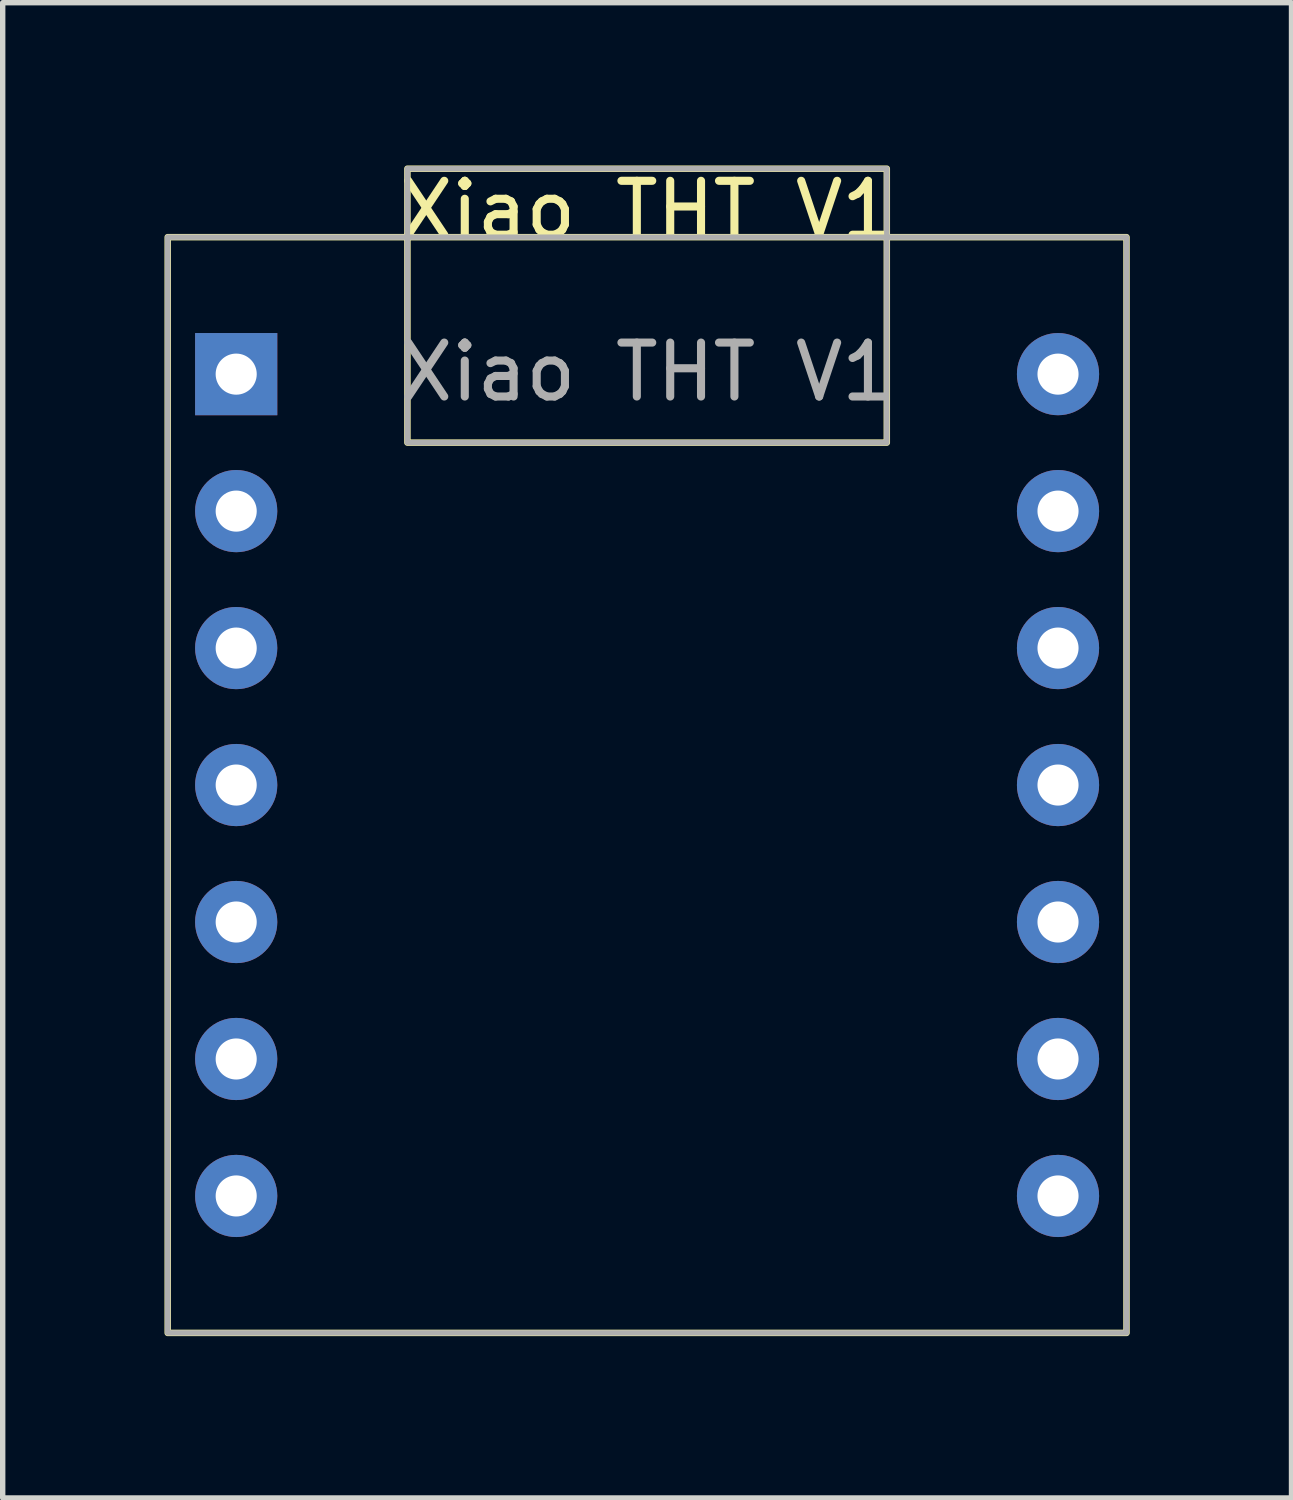
<source format=kicad_pcb>
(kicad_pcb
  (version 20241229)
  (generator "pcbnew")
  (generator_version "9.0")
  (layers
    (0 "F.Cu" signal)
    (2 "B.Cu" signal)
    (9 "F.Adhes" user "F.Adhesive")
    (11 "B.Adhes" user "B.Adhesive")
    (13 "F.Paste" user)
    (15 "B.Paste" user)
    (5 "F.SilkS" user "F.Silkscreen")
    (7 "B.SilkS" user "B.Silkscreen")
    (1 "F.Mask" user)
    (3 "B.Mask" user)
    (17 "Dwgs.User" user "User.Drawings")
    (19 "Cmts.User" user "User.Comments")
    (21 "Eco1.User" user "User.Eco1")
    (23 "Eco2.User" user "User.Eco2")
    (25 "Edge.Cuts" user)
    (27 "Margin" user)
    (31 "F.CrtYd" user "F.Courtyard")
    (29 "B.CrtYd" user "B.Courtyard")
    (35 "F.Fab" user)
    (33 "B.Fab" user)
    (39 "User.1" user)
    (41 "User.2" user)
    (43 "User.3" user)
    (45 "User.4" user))
  (footprint "Xiao THT V1"
    (layer "F.Cu")
    (at 8.95 11.348)
    (property "Reference" "Xiao THT V1" (at 0 -10.5 0) (unlocked yes) (layer "F.SilkS") (effects (font (size 1 1) (thickness 0.15))))
    (attr through_hole)
    (fp_rect (start -8.89 -10) (end 8.89 10.32) (stroke (width 0.12) (type solid)) (fill no) (layer "F.SilkS"))
    (fp_rect (start -4.445 -11.27) (end 4.445 -6.19) (stroke (width 0.12) (type solid)) (fill no) (layer "F.SilkS"))
    (fp_rect (start -8.89 -10) (end 8.89 10.32) (stroke (width 0.1) (type solid)) (fill no) (layer "F.Fab"))
    (fp_rect (start -4.445 -11.27) (end 4.445 -6.19) (stroke (width 0.1) (type solid)) (fill no) (layer "F.Fab"))
    (fp_text user "${REFERENCE}" (at 0 -7.5 0) (unlocked yes) (layer "F.Fab") (effects (font (size 1 1) (thickness 0.15))))
    (pad "1" thru_hole rect (at -7.62 -7.46) (size 1.524 1.524) (drill 0.762) (layers "*.Cu" "*.Mask"))
    (pad "2" thru_hole circle (at -7.62 -4.92) (size 1.524 1.524) (drill 0.762) (layers "*.Cu" "*.Mask"))
    (pad "3" thru_hole circle (at -7.62 -2.38) (size 1.524 1.524) (drill 0.762) (layers "*.Cu" "*.Mask"))
    (pad "4" thru_hole circle (at -7.62 0.16) (size 1.524 1.524) (drill 0.762) (layers "*.Cu" "*.Mask"))
    (pad "5" thru_hole circle (at -7.62 2.7) (size 1.524 1.524) (drill 0.762) (layers "*.Cu" "*.Mask"))
    (pad "6" thru_hole circle (at -7.62 5.24) (size 1.524 1.524) (drill 0.762) (layers "*.Cu" "*.Mask"))
    (pad "7" thru_hole circle (at -7.62 7.78) (size 1.524 1.524) (drill 0.762) (layers "*.Cu" "*.Mask"))
    (pad "8" thru_hole circle (at 7.62 7.78) (size 1.524 1.524) (drill 0.762) (layers "*.Cu" "*.Mask"))
    (pad "9" thru_hole circle (at 7.62 5.24) (size 1.524 1.524) (drill 0.762) (layers "*.Cu" "*.Mask"))
    (pad "10" thru_hole circle (at 7.62 2.7) (size 1.524 1.524) (drill 0.762) (layers "*.Cu" "*.Mask"))
    (pad "11" thru_hole circle (at 7.62 0.16) (size 1.524 1.524) (drill 0.762) (layers "*.Cu" "*.Mask"))
    (pad "12" thru_hole circle (at 7.62 -2.38) (size 1.524 1.524) (drill 0.762) (layers "*.Cu" "*.Mask"))
    (pad "13" thru_hole circle (at 7.62 -4.92) (size 1.524 1.524) (drill 0.762) (layers "*.Cu" "*.Mask"))
    (pad "14" thru_hole circle (at 7.62 -7.46) (size 1.524 1.524) (drill 0.762) (layers "*.Cu" "*.Mask")))
  (gr_rect
    (start -3 -3)
    (end 20.9 24.728)
    (stroke (width 0.1) (type default))
    (fill no)
    (layer "Edge.Cuts")))
</source>
